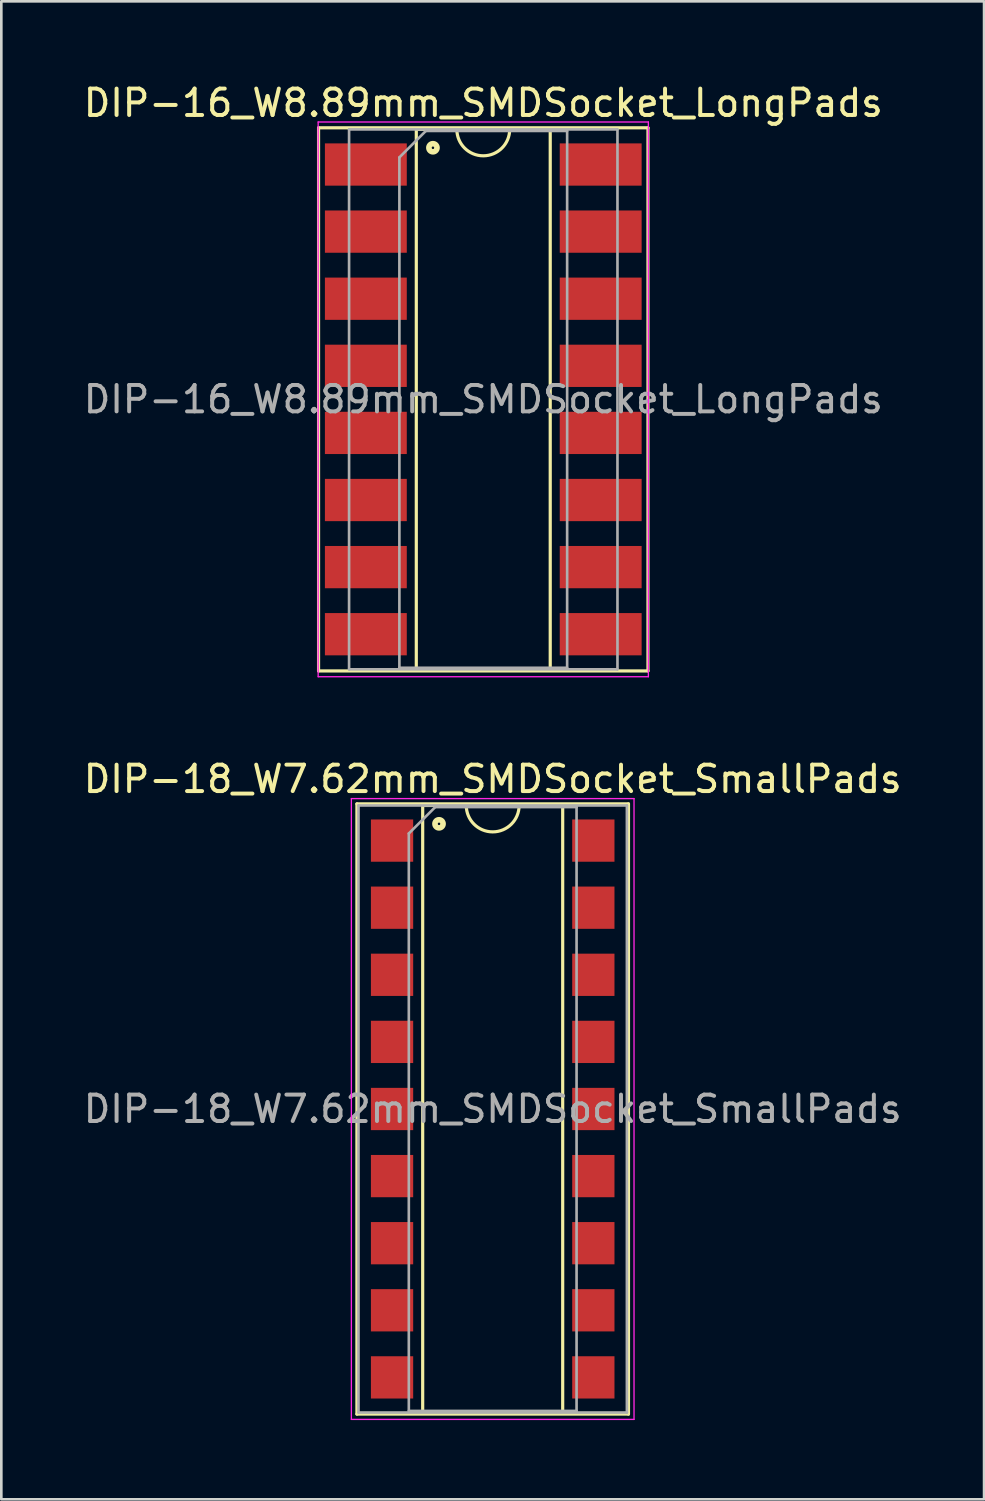
<source format=kicad_pcb>
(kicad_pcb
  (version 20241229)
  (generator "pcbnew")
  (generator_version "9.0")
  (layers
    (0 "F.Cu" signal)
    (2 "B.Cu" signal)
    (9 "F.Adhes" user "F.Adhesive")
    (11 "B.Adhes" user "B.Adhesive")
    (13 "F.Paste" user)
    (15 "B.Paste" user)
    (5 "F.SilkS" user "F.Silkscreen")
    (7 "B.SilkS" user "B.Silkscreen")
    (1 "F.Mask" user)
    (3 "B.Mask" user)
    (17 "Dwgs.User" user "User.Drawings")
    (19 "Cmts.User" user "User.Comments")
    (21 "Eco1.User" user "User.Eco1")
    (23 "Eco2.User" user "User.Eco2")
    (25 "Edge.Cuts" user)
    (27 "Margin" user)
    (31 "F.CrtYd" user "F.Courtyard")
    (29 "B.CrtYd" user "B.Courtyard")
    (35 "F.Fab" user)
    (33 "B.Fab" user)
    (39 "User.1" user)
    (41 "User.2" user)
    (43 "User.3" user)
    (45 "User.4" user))
  (footprint "DIP-18_W7.62mm_SMDSocket_SmallPads"
    (layer "F.Cu")
    (at 15.601 38.931)
    (property "Reference" "DIP-18_W7.62mm_SMDSocket_SmallPads" (at 0 -12.49 0) (layer "F.SilkS") (effects (font (size 1 1) (thickness 0.15))))
    (attr smd)
    (fp_line (start -5.14 -11.55) (end -5.14 11.55) (stroke (width 0.12) (type solid)) (layer "F.SilkS"))
    (fp_line (start -5.14 11.55) (end 5.14 11.55) (stroke (width 0.12) (type solid)) (layer "F.SilkS"))
    (fp_line (start -2.65 -11.49) (end -2.65 11.49) (stroke (width 0.12) (type solid)) (layer "F.SilkS"))
    (fp_line (start -2.65 11.49) (end 2.65 11.49) (stroke (width 0.12) (type solid)) (layer "F.SilkS"))
    (fp_line (start -1 -11.49) (end -2.65 -11.49) (stroke (width 0.12) (type solid)) (layer "F.SilkS"))
    (fp_line (start 2.65 -11.49) (end 1 -11.49) (stroke (width 0.12) (type solid)) (layer "F.SilkS"))
    (fp_line (start 2.65 11.49) (end 2.65 -11.49) (stroke (width 0.12) (type solid)) (layer "F.SilkS"))
    (fp_line (start 5.14 -11.55) (end -5.14 -11.55) (stroke (width 0.12) (type solid)) (layer "F.SilkS"))
    (fp_line (start 5.14 11.55) (end 5.14 -11.55) (stroke (width 0.12) (type solid)) (layer "F.SilkS"))
    (fp_arc (start 1 -11.49) (mid 0 -10.49) (end -1 -11.49) (stroke (width 0.12) (type solid)) (layer "F.SilkS"))
    (fp_circle (center -2.032 -10.795) (end -1.982 -10.795) (stroke (width 0.12) (type solid)) (fill no) (layer "F.SilkS"))
    (fp_circle (center -2.032 -10.795) (end -1.907 -10.795) (stroke (width 0.12) (type solid)) (fill no) (layer "F.SilkS"))
    (fp_circle (center -2.032 -10.795) (end -1.832 -10.795) (stroke (width 0.12) (type solid)) (fill no) (layer "F.SilkS"))
    (fp_line (start -5.35 -11.75) (end -5.35 11.75) (stroke (width 0.05) (type solid)) (layer "F.CrtYd"))
    (fp_line (start -5.35 11.75) (end 5.35 11.75) (stroke (width 0.05) (type solid)) (layer "F.CrtYd"))
    (fp_line (start 5.35 -11.75) (end -5.35 -11.75) (stroke (width 0.05) (type solid)) (layer "F.CrtYd"))
    (fp_line (start 5.35 11.75) (end 5.35 -11.75) (stroke (width 0.05) (type solid)) (layer "F.CrtYd"))
    (fp_line (start -5.08 -11.49) (end -5.08 11.49) (stroke (width 0.1) (type solid)) (layer "F.Fab"))
    (fp_line (start -5.08 11.49) (end 5.08 11.49) (stroke (width 0.1) (type solid)) (layer "F.Fab"))
    (fp_line (start -3.175 -10.43) (end -2.175 -11.43) (stroke (width 0.1) (type solid)) (layer "F.Fab"))
    (fp_line (start -3.175 11.43) (end -3.175 -10.43) (stroke (width 0.1) (type solid)) (layer "F.Fab"))
    (fp_line (start -2.175 -11.43) (end 3.175 -11.43) (stroke (width 0.1) (type solid)) (layer "F.Fab"))
    (fp_line (start 3.175 -11.43) (end 3.175 11.43) (stroke (width 0.1) (type solid)) (layer "F.Fab"))
    (fp_line (start 3.175 11.43) (end -3.175 11.43) (stroke (width 0.1) (type solid)) (layer "F.Fab"))
    (fp_line (start 5.08 -11.49) (end -5.08 -11.49) (stroke (width 0.1) (type solid)) (layer "F.Fab"))
    (fp_line (start 5.08 11.49) (end 5.08 -11.49) (stroke (width 0.1) (type solid)) (layer "F.Fab"))
    (fp_text user "${REFERENCE}" (at 0 0 0) (layer "F.Fab") (effects (font (size 1 1) (thickness 0.15))))
    (pad "1" smd rect (at -3.81 -10.16) (size 1.6 1.6) (layers "F.Cu" "F.Mask" "F.Paste"))
    (pad "2" smd rect (at -3.81 -7.62) (size 1.6 1.6) (layers "F.Cu" "F.Mask" "F.Paste"))
    (pad "3" smd rect (at -3.81 -5.08) (size 1.6 1.6) (layers "F.Cu" "F.Mask" "F.Paste"))
    (pad "4" smd rect (at -3.81 -2.54) (size 1.6 1.6) (layers "F.Cu" "F.Mask" "F.Paste"))
    (pad "5" smd rect (at -3.81 0) (size 1.6 1.6) (layers "F.Cu" "F.Mask" "F.Paste"))
    (pad "6" smd rect (at -3.81 2.54) (size 1.6 1.6) (layers "F.Cu" "F.Mask" "F.Paste"))
    (pad "7" smd rect (at -3.81 5.08) (size 1.6 1.6) (layers "F.Cu" "F.Mask" "F.Paste"))
    (pad "8" smd rect (at -3.81 7.62) (size 1.6 1.6) (layers "F.Cu" "F.Mask" "F.Paste"))
    (pad "9" smd rect (at -3.81 10.16) (size 1.6 1.6) (layers "F.Cu" "F.Mask" "F.Paste"))
    (pad "10" smd rect (at 3.81 10.16) (size 1.6 1.6) (layers "F.Cu" "F.Mask" "F.Paste"))
    (pad "11" smd rect (at 3.81 7.62) (size 1.6 1.6) (layers "F.Cu" "F.Mask" "F.Paste"))
    (pad "12" smd rect (at 3.81 5.08) (size 1.6 1.6) (layers "F.Cu" "F.Mask" "F.Paste"))
    (pad "13" smd rect (at 3.81 2.54) (size 1.6 1.6) (layers "F.Cu" "F.Mask" "F.Paste"))
    (pad "14" smd rect (at 3.81 0) (size 1.6 1.6) (layers "F.Cu" "F.Mask" "F.Paste"))
    (pad "15" smd rect (at 3.81 -2.54) (size 1.6 1.6) (layers "F.Cu" "F.Mask" "F.Paste"))
    (pad "16" smd rect (at 3.81 -5.08) (size 1.6 1.6) (layers "F.Cu" "F.Mask" "F.Paste"))
    (pad "17" smd rect (at 3.81 -7.62) (size 1.6 1.6) (layers "F.Cu" "F.Mask" "F.Paste"))
    (pad "18" smd rect (at 3.81 -10.16) (size 1.6 1.6) (layers "F.Cu" "F.Mask" "F.Paste")))
  (footprint "DIP-16_W8.89mm_SMDSocket_LongPads"
    (layer "F.Cu")
    (at 15.244 12.068)
    (property "Reference" "DIP-16_W8.89mm_SMDSocket_LongPads" (at 0 -11.22 0) (layer "F.SilkS") (effects (font (size 1 1) (thickness 0.15))))
    (attr smd)
    (fp_line (start -6.235 -10.28) (end -6.235 10.28) (stroke (width 0.12) (type solid)) (layer "F.SilkS"))
    (fp_line (start -6.235 10.28) (end 6.235 10.28) (stroke (width 0.12) (type solid)) (layer "F.SilkS"))
    (fp_line (start -2.535 -10.22) (end -2.535 10.22) (stroke (width 0.12) (type solid)) (layer "F.SilkS"))
    (fp_line (start -2.535 10.22) (end 2.535 10.22) (stroke (width 0.12) (type solid)) (layer "F.SilkS"))
    (fp_line (start -1 -10.22) (end -2.535 -10.22) (stroke (width 0.12) (type solid)) (layer "F.SilkS"))
    (fp_line (start 2.535 -10.22) (end 1 -10.22) (stroke (width 0.12) (type solid)) (layer "F.SilkS"))
    (fp_line (start 2.535 10.22) (end 2.535 -10.22) (stroke (width 0.12) (type solid)) (layer "F.SilkS"))
    (fp_line (start 6.235 -10.28) (end -6.235 -10.28) (stroke (width 0.12) (type solid)) (layer "F.SilkS"))
    (fp_line (start 6.235 10.28) (end 6.235 -10.28) (stroke (width 0.12) (type solid)) (layer "F.SilkS"))
    (fp_arc (start 1 -10.22) (mid 0 -9.22) (end -1 -10.22) (stroke (width 0.12) (type solid)) (layer "F.SilkS"))
    (fp_circle (center -1.905 -9.525) (end -1.855 -9.525) (stroke (width 0.12) (type solid)) (fill no) (layer "F.SilkS"))
    (fp_circle (center -1.905 -9.525) (end -1.78 -9.525) (stroke (width 0.12) (type solid)) (fill no) (layer "F.SilkS"))
    (fp_circle (center -1.905 -9.525) (end -1.705 -9.525) (stroke (width 0.12) (type solid)) (fill no) (layer "F.SilkS"))
    (fp_line (start -6.25 -10.5) (end -6.25 10.5) (stroke (width 0.05) (type solid)) (layer "F.CrtYd"))
    (fp_line (start -6.25 10.5) (end 6.25 10.5) (stroke (width 0.05) (type solid)) (layer "F.CrtYd"))
    (fp_line (start 6.25 -10.5) (end -6.25 -10.5) (stroke (width 0.05) (type solid)) (layer "F.CrtYd"))
    (fp_line (start 6.25 10.5) (end 6.25 -10.5) (stroke (width 0.05) (type solid)) (layer "F.CrtYd"))
    (fp_line (start -5.08 -10.22) (end -5.08 10.22) (stroke (width 0.1) (type solid)) (layer "F.Fab"))
    (fp_line (start -5.08 10.22) (end 5.08 10.22) (stroke (width 0.1) (type solid)) (layer "F.Fab"))
    (fp_line (start -3.175 -9.16) (end -2.175 -10.16) (stroke (width 0.1) (type solid)) (layer "F.Fab"))
    (fp_line (start -3.175 10.16) (end -3.175 -9.16) (stroke (width 0.1) (type solid)) (layer "F.Fab"))
    (fp_line (start -2.175 -10.16) (end 3.175 -10.16) (stroke (width 0.1) (type solid)) (layer "F.Fab"))
    (fp_line (start 3.175 -10.16) (end 3.175 10.16) (stroke (width 0.1) (type solid)) (layer "F.Fab"))
    (fp_line (start 3.175 10.16) (end -3.175 10.16) (stroke (width 0.1) (type solid)) (layer "F.Fab"))
    (fp_line (start 5.08 -10.22) (end -5.08 -10.22) (stroke (width 0.1) (type solid)) (layer "F.Fab"))
    (fp_line (start 5.08 10.22) (end 5.08 -10.22) (stroke (width 0.1) (type solid)) (layer "F.Fab"))
    (fp_text user "${REFERENCE}" (at 0 0 0) (layer "F.Fab") (effects (font (size 1 1) (thickness 0.15))))
    (pad "1" smd rect (at -4.445 -8.89) (size 3.1 1.6) (layers "F.Cu" "F.Mask" "F.Paste"))
    (pad "2" smd rect (at -4.445 -6.35) (size 3.1 1.6) (layers "F.Cu" "F.Mask" "F.Paste"))
    (pad "3" smd rect (at -4.445 -3.81) (size 3.1 1.6) (layers "F.Cu" "F.Mask" "F.Paste"))
    (pad "4" smd rect (at -4.445 -1.27) (size 3.1 1.6) (layers "F.Cu" "F.Mask" "F.Paste"))
    (pad "5" smd rect (at -4.445 1.27) (size 3.1 1.6) (layers "F.Cu" "F.Mask" "F.Paste"))
    (pad "6" smd rect (at -4.445 3.81) (size 3.1 1.6) (layers "F.Cu" "F.Mask" "F.Paste"))
    (pad "7" smd rect (at -4.445 6.35) (size 3.1 1.6) (layers "F.Cu" "F.Mask" "F.Paste"))
    (pad "8" smd rect (at -4.445 8.89) (size 3.1 1.6) (layers "F.Cu" "F.Mask" "F.Paste"))
    (pad "9" smd rect (at 4.445 8.89) (size 3.1 1.6) (layers "F.Cu" "F.Mask" "F.Paste"))
    (pad "10" smd rect (at 4.445 6.35) (size 3.1 1.6) (layers "F.Cu" "F.Mask" "F.Paste"))
    (pad "11" smd rect (at 4.445 3.81) (size 3.1 1.6) (layers "F.Cu" "F.Mask" "F.Paste"))
    (pad "12" smd rect (at 4.445 1.27) (size 3.1 1.6) (layers "F.Cu" "F.Mask" "F.Paste"))
    (pad "13" smd rect (at 4.445 -1.27) (size 3.1 1.6) (layers "F.Cu" "F.Mask" "F.Paste"))
    (pad "14" smd rect (at 4.445 -3.81) (size 3.1 1.6) (layers "F.Cu" "F.Mask" "F.Paste"))
    (pad "15" smd rect (at 4.445 -6.35) (size 3.1 1.6) (layers "F.Cu" "F.Mask" "F.Paste"))
    (pad "16" smd rect (at 4.445 -8.89) (size 3.1 1.6) (layers "F.Cu" "F.Mask" "F.Paste")))
  (gr_rect
    (start -3 -3)
    (end 34.202 53.706)
    (stroke (width 0.1) (type default))
    (fill no)
    (layer "Edge.Cuts")))
</source>
